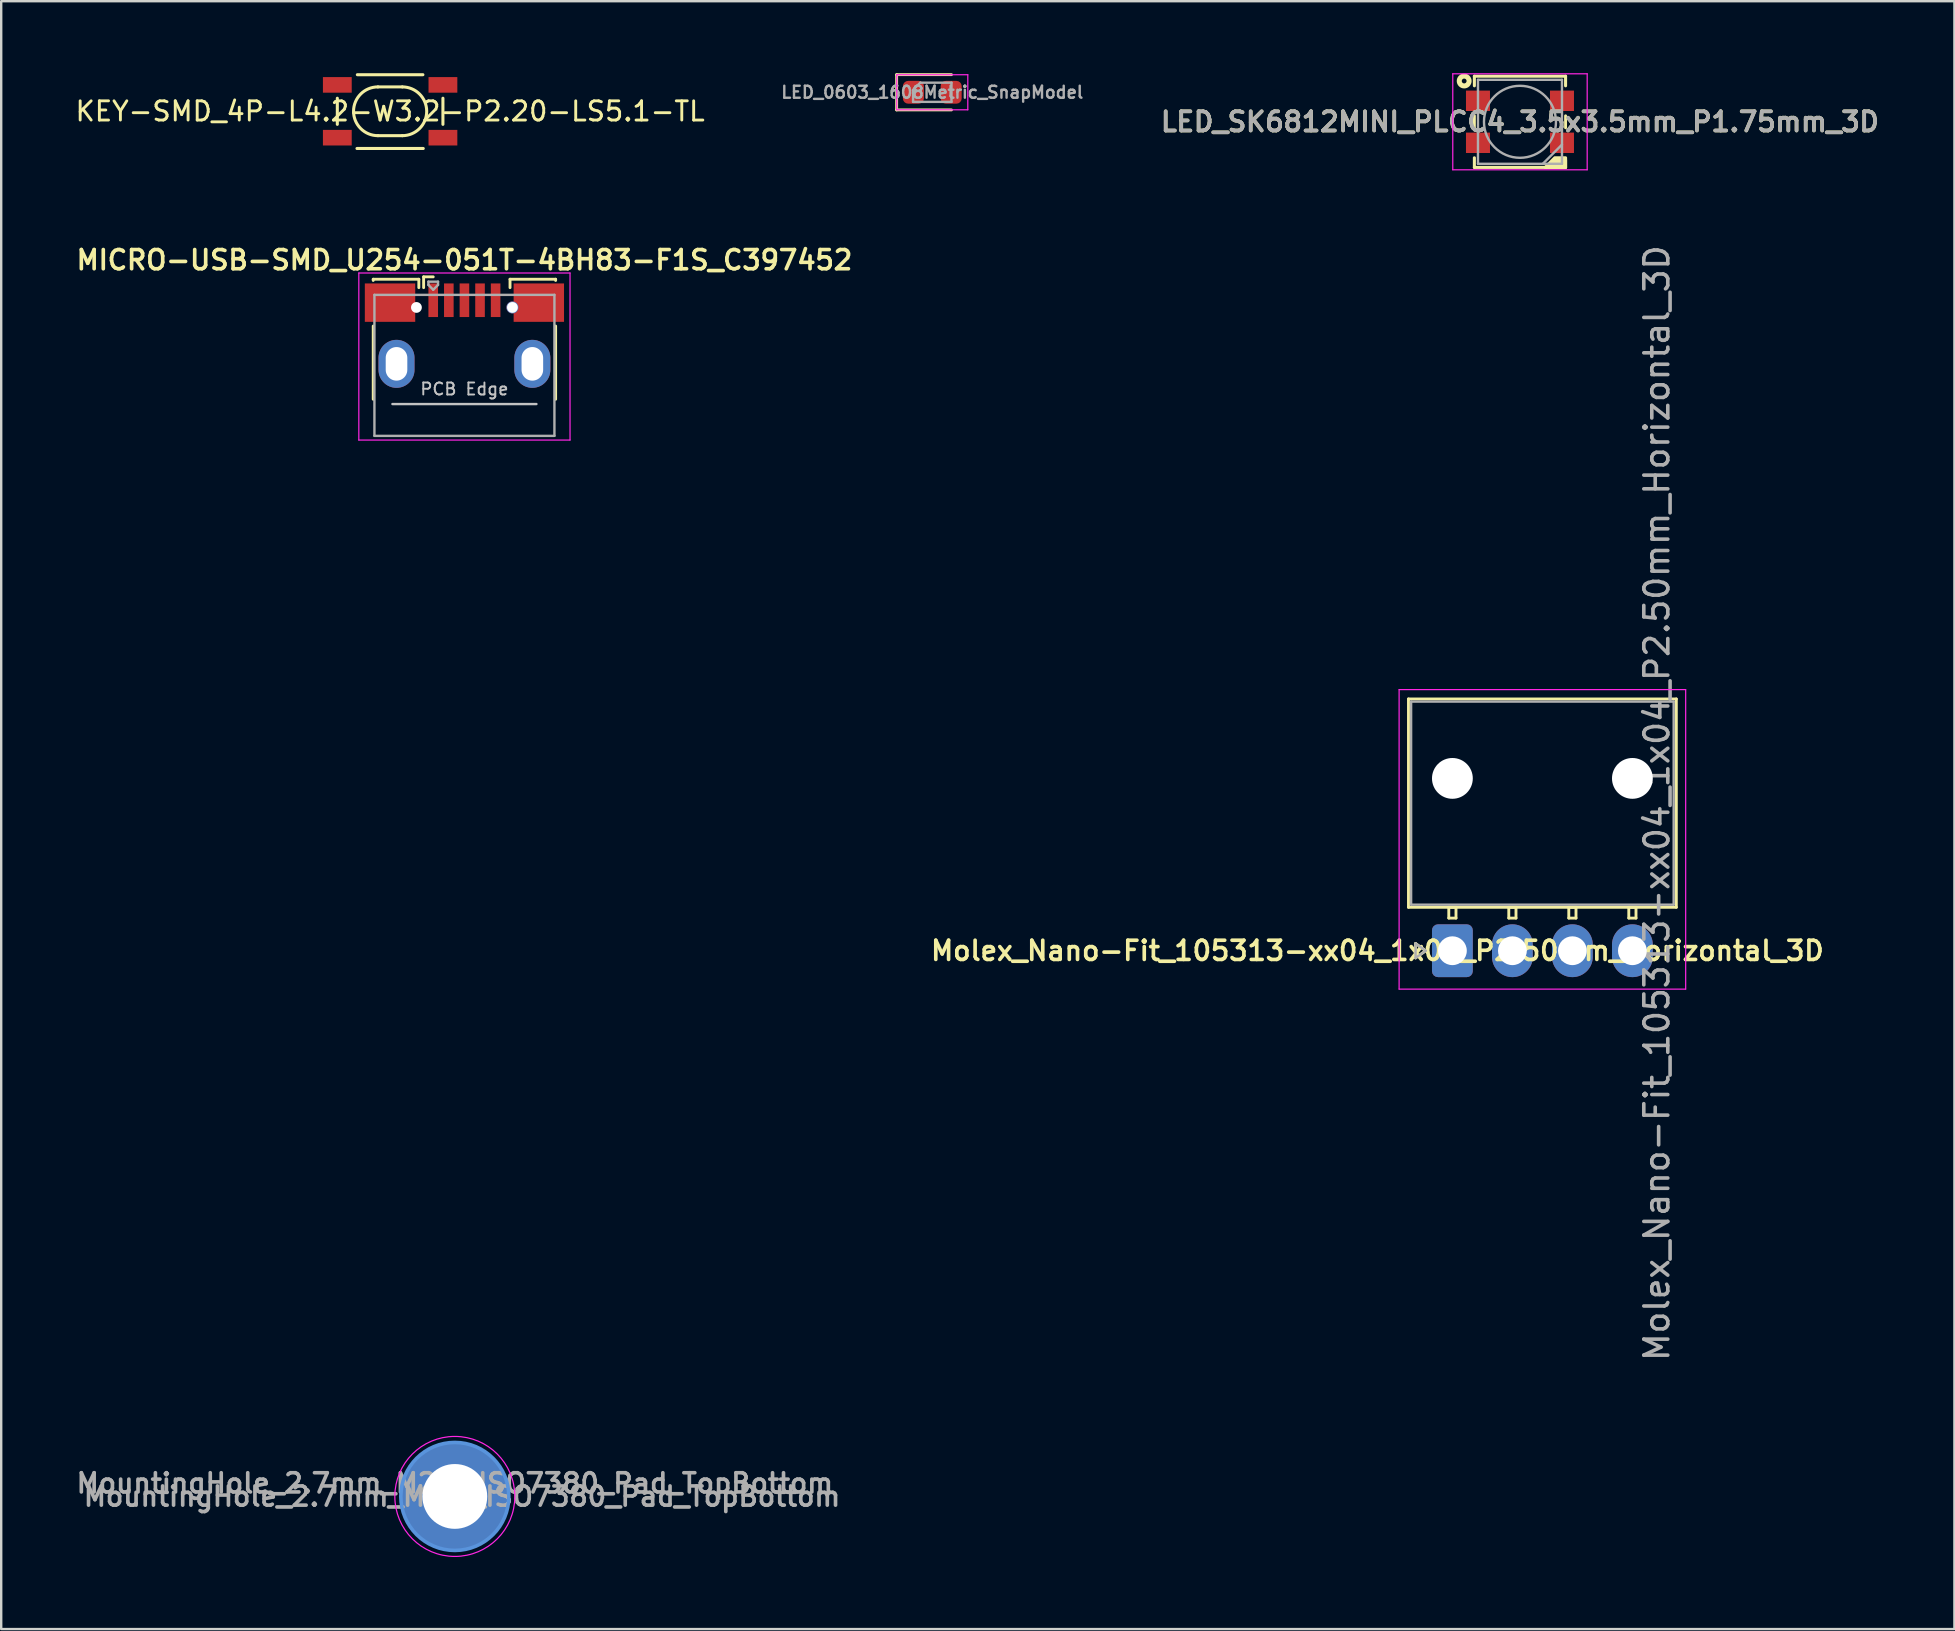
<source format=kicad_pcb>
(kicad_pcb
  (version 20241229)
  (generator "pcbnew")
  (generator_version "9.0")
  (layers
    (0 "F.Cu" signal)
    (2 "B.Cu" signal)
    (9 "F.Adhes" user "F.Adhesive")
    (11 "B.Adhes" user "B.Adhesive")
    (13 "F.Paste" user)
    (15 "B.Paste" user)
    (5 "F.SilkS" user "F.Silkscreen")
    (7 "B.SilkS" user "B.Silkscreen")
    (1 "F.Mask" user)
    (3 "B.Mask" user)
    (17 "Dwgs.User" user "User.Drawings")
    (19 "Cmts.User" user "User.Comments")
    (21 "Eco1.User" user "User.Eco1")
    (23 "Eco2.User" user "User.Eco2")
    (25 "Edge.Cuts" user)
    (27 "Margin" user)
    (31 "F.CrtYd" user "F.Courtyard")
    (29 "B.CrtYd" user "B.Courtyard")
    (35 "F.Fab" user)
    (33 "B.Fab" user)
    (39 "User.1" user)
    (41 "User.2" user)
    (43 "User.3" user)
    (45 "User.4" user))
  (footprint "MountingHole_2.7mm_M2.5_ISO7380_Pad_TopBottom"
    (layer "F.Cu")
    (at 15.901 59.301)
    (property "Reference" "MountingHole_2.7mm_M2.5_ISO7380_Pad_TopBottom" (at 0 -0.55 0) (layer "F.Fab") (effects (font (size 0.8 0.8) (thickness 0.152))))
    (attr exclude_from_pos_files exclude_from_bom)
    (fp_circle (center 0 0) (end 2.25 0) (stroke (width 0.15) (type solid)) (fill no) (layer "Cmts.User"))
    (fp_circle (center 0 0) (end 2.5 0) (stroke (width 0.05) (type solid)) (fill no) (layer "F.CrtYd"))
    (fp_text user "${REFERENCE}" (at 0.3 0 0) (layer "F.Fab") (effects (font (size 0.8 0.8) (thickness 0.152))))
    (pad "1" thru_hole circle (at 0 0) (size 3.1 3.1) (drill 2.7) (layers "*.Cu" "*.Mask"))
    (pad "1" connect circle (at 0 0) (size 4.5 4.5) (layers "F.Cu" "F.Mask"))
    (pad "1" connect circle (at 0 0) (size 4.5 4.5) (layers "B.Cu" "B.Mask")))
  (footprint "KEY-SMD_4P-L4.2-W3.2-P2.20-LS5.1-TL"
    (layer "F.Cu")
    (at 13.205 1.587)
    (property "Reference" "KEY-SMD_4P-L4.2-W3.2-P2.20-LS5.1-TL" (at 0 0 0) (layer "F.SilkS") (effects (font (size 0.8 0.8) (thickness 0.12))))
    (attr smd)
    (fp_line (start -2.2 -0.544) (end -2.2 0.544) (stroke (width 0.127) (type solid)) (layer "F.SilkS"))
    (fp_line (start -1.381 1.55) (end 1.381 1.55) (stroke (width 0.127) (type solid)) (layer "F.SilkS"))
    (fp_line (start -0.508 -1.016) (end 0.508 -1.016) (stroke (width 0.127) (type solid)) (layer "F.SilkS"))
    (fp_line (start -0.508 1.016) (end 0.508 1.016) (stroke (width 0.127) (type solid)) (layer "F.SilkS"))
    (fp_line (start 1.366 -1.524) (end -1.366 -1.524) (stroke (width 0.127) (type solid)) (layer "F.SilkS"))
    (fp_line (start 2.2 -0.544) (end 2.2 0.544) (stroke (width 0.127) (type solid)) (layer "F.SilkS"))
    (fp_arc (start -0.508 1.016) (mid -1.524 0) (end -0.508 -1.016) (stroke (width 0.127) (type solid)) (layer "F.SilkS"))
    (fp_arc (start 0.508 -1.016) (mid 1.524 0) (end 0.508 1.016) (stroke (width 0.127) (type solid)) (layer "F.SilkS"))
    (pad "1" smd rect (at -2.2 -1.1) (size 1.2 0.65) (layers "F.Cu" "F.Mask" "F.Paste"))
    (pad "1" smd rect (at 2.2 -1.1) (size 1.2 0.65) (layers "F.Cu" "F.Mask" "F.Paste"))
    (pad "2" smd rect (at -2.2 1.1) (size 1.2 0.65) (layers "F.Cu" "F.Mask" "F.Paste"))
    (pad "2" smd rect (at 2.2 1.1) (size 1.2 0.65) (layers "F.Cu" "F.Mask" "F.Paste")))
  (footprint "MICRO-USB-SMD_U254-051T-4BH83-F1S_C397452"
    (layer "F.Cu")
    (at 16.301 11.785)
    (property "Reference" "MICRO-USB-SMD_U254-051T-4BH83-F1S_C397452" (at 0 -4 0) (layer "F.SilkS") (effects (font (size 0.8 0.8) (thickness 0.152))))
    (attr smd)
    (fp_line (start -3.8 -3.2) (end -3.8 -3.15) (stroke (width 0.12) (type solid)) (layer "F.SilkS"))
    (fp_line (start -3.8 1.8) (end -3.8 -1.25) (stroke (width 0.12) (type solid)) (layer "F.SilkS"))
    (fp_line (start -1.9 -3.2) (end -3.8 -3.2) (stroke (width 0.12) (type solid)) (layer "F.SilkS"))
    (fp_line (start -1.9 -2.85) (end -1.9 -3.2) (stroke (width 0.12) (type solid)) (layer "F.SilkS"))
    (fp_line (start -1.7 -3.3) (end -1.7 -2.85) (stroke (width 0.12) (type solid)) (layer "F.SilkS"))
    (fp_line (start -1.7 -3.3) (end -1.3 -3.3) (stroke (width 0.12) (type solid)) (layer "F.SilkS"))
    (fp_line (start 1.9 -2.85) (end 1.9 -3.2) (stroke (width 0.12) (type solid)) (layer "F.SilkS"))
    (fp_line (start 3.8 -3.2) (end 1.9 -3.2) (stroke (width 0.12) (type solid)) (layer "F.SilkS"))
    (fp_line (start 3.8 -3.2) (end 3.8 -3.15) (stroke (width 0.12) (type solid)) (layer "F.SilkS"))
    (fp_line (start 3.8 1.8) (end 3.8 -1.25) (stroke (width 0.12) (type solid)) (layer "F.SilkS"))
    (fp_line (start -3 2) (end 3 2) (stroke (width 0.1) (type solid)) (layer "Dwgs.User"))
    (fp_line (start -4.4 -3.46) (end 4.4 -3.46) (stroke (width 0.05) (type solid)) (layer "F.CrtYd"))
    (fp_line (start -4.4 3.5) (end -4.4 -3.46) (stroke (width 0.05) (type solid)) (layer "F.CrtYd"))
    (fp_line (start -4.4 3.5) (end 4.4 3.5) (stroke (width 0.05) (type solid)) (layer "F.CrtYd"))
    (fp_line (start 4.4 -3.46) (end 4.4 3.5) (stroke (width 0.05) (type solid)) (layer "F.CrtYd"))
    (fp_line (start -3.75 -2.55) (end 3.75 -2.55) (stroke (width 0.1) (type solid)) (layer "F.Fab"))
    (fp_line (start -3.75 3.325) (end -3.75 -2.55) (stroke (width 0.1) (type solid)) (layer "F.Fab"))
    (fp_line (start -3.75 3.325) (end 3.75 3.325) (stroke (width 0.1) (type solid)) (layer "F.Fab"))
    (fp_line (start -1.5 -3.1) (end -1.5 -2.962) (stroke (width 0.1) (type solid)) (layer "F.Fab"))
    (fp_line (start -1.5 -3.1) (end -1.1 -3.1) (stroke (width 0.1) (type solid)) (layer "F.Fab"))
    (fp_line (start -1.3 -2.763) (end -1.5 -2.962) (stroke (width 0.1) (type solid)) (layer "F.Fab"))
    (fp_line (start -1.1 -3.1) (end -1.1 -2.962) (stroke (width 0.1) (type solid)) (layer "F.Fab"))
    (fp_line (start -1.1 -2.962) (end -1.3 -2.763) (stroke (width 0.1) (type solid)) (layer "F.Fab"))
    (fp_line (start 3.75 3.325) (end 3.75 -2.55) (stroke (width 0.1) (type solid)) (layer "F.Fab"))
    (fp_text user "PCB Edge" (at 0 1.375 0) (layer "Dwgs.User") (effects (font (size 0.5 0.5) (thickness 0.08))))
    (pad "" np_thru_hole circle (at -2 -2.025) (size 0.45 0.45) (drill 0.45) (layers "*.Cu" "*.Mask"))
    (pad "" np_thru_hole circle (at 2 -2.025) (size 0.5 0.5) (drill 0.45) (layers "*.Cu" "*.Mask"))
    (pad "1" smd rect (at -1.3 -2.325) (size 0.4 1.4) (layers "F.Cu" "F.Mask" "F.Paste"))
    (pad "2" smd rect (at -0.65 -2.325) (size 0.4 1.4) (layers "F.Cu" "F.Mask" "F.Paste"))
    (pad "3" smd rect (at 0 -2.325) (size 0.4 1.4) (layers "F.Cu" "F.Mask" "F.Paste"))
    (pad "4" smd rect (at 0.65 -2.325) (size 0.4 1.4) (layers "F.Cu" "F.Mask" "F.Paste"))
    (pad "5" smd rect (at 1.3 -2.325) (size 0.4 1.4) (layers "F.Cu" "F.Mask" "F.Paste"))
    (pad "6" smd rect (at -3.1 -2.225 90) (size 1.6 2.1) (layers "F.Cu" "F.Mask" "F.Paste"))
    (pad "6" thru_hole oval (at -2.83 0.325 180) (size 1.5 2) (drill oval 0.9 1.4) (layers "*.Cu" "*.Paste" "*.Mask"))
    (pad "6" thru_hole oval (at 2.83 0.325) (size 1.5 2) (drill oval 0.9 1.4) (layers "*.Cu" "*.Paste" "*.Mask"))
    (pad "6" smd rect (at 3.1 -2.225 90) (size 1.6 2.1) (layers "F.Cu" "F.Mask" "F.Paste")))
  (footprint "LED_SK6812MINI_PLCC4_3.5x3.5mm_P1.75mm_3D"
    (layer "F.Cu")
    (at 60.282 2.025)
    (property "Reference" "LED_SK6812MINI_PLCC4_3.5x3.5mm_P1.75mm_3D" (at 0 0 0) (layer "F.SilkS") (effects (font (size 0.8 0.8) (thickness 0.152))))
    (attr smd)
    (fp_line (start -1.9 -1.9) (end -1.9 -1.5) (stroke (width 0.127) (type solid)) (layer "F.SilkS"))
    (fp_line (start -1.9 0.25) (end -1.9 -0.25) (stroke (width 0.12) (type solid)) (layer "F.SilkS"))
    (fp_line (start -1.9 1.9) (end -1.9 1.5) (stroke (width 0.127) (type solid)) (layer "F.SilkS"))
    (fp_line (start 1.9 1.598) (end 1.9 1.9) (stroke (width 0.127) (type solid)) (layer "F.SilkS"))
    (fp_line (start 1.9 -1.9) (end -1.9 -1.9) (stroke (width 0.127) (type solid)) (layer "F.SilkS"))
    (fp_line (start 1.9 -1.5) (end 1.9 -1.9) (stroke (width 0.127) (type solid)) (layer "F.SilkS"))
    (fp_line (start 1.9 0.25) (end 1.9 -0.25) (stroke (width 0.12) (type solid)) (layer "F.SilkS"))
    (fp_line (start 1.9 1.9) (end -1.9 1.9) (stroke (width 0.127) (type solid)) (layer "F.SilkS"))
    (fp_circle (center -2.325 -1.7) (end -2.225 -1.7) (stroke (width 0.21) (type solid)) (fill no) (layer "F.SilkS"))
    (fp_poly (pts (xy 1.9 1.9) (xy 1.9 1.5) (xy 1.45 1.5) (xy 1.05 1.9) (xy 1.9 1.9)) (stroke (width 0.127) (type solid)) (fill yes) (layer "F.SilkS"))
    (fp_line (start -2.8 -2) (end -2.8 2) (stroke (width 0.05) (type solid)) (layer "F.CrtYd"))
    (fp_line (start -2.8 2) (end 2.8 2) (stroke (width 0.05) (type solid)) (layer "F.CrtYd"))
    (fp_line (start 2.8 -2) (end -2.8 -2) (stroke (width 0.05) (type solid)) (layer "F.CrtYd"))
    (fp_line (start 2.8 2) (end 2.8 -2) (stroke (width 0.05) (type solid)) (layer "F.CrtYd"))
    (fp_line (start -1.75 -1.75) (end -1.75 1.75) (stroke (width 0.1) (type solid)) (layer "F.Fab"))
    (fp_line (start -1.75 1.75) (end 1.75 1.75) (stroke (width 0.1) (type solid)) (layer "F.Fab"))
    (fp_line (start 1.75 -1.75) (end -1.75 -1.75) (stroke (width 0.1) (type solid)) (layer "F.Fab"))
    (fp_line (start 1.75 0.95) (end 0.95 1.75) (stroke (width 0.1) (type solid)) (layer "F.Fab"))
    (fp_line (start 1.75 1.75) (end 1.75 -1.75) (stroke (width 0.1) (type solid)) (layer "F.Fab"))
    (fp_circle (center 0 0) (end 0 -1.5) (stroke (width 0.1) (type solid)) (fill no) (layer "F.Fab"))
    (fp_text user "${REFERENCE}" (at 0 0 0) (layer "F.Fab") (effects (font (size 0.8 0.8) (thickness 0.152))))
    (pad "1" smd rect (at -1.75 -0.875) (size 1 0.85) (layers "F.Cu" "F.Mask" "F.Paste"))
    (pad "2" smd rect (at -1.75 0.875) (size 1 0.85) (layers "F.Cu" "F.Mask" "F.Paste"))
    (pad "3" smd rect (at 1.75 0.875) (size 1 0.85) (layers "F.Cu" "F.Mask" "F.Paste"))
    (pad "4" smd rect (at 1.75 -0.875) (size 1 0.85) (layers "F.Cu" "F.Mask" "F.Paste")))
  (footprint "Molex_Nano-Fit_105313-xx04_1x04_P2.50mm_Horizontal_3D"
    (layer "F.Cu")
    (at 61.216 36.563)
    (property "Reference" "Molex_Nano-Fit_105313-xx04_1x04_P2.50mm_Horizontal_3D" (at -6.875 0 180) (layer "F.SilkS") (effects (font (size 0.8 0.8) (thickness 0.152))))
    (attr through_hole)
    (fp_line (start -5.58 -10.49) (end -5.58 -1.81) (stroke (width 0.12) (type solid)) (layer "F.SilkS"))
    (fp_line (start -5.58 -1.81) (end 5.58 -1.81) (stroke (width 0.12) (type solid)) (layer "F.SilkS"))
    (fp_line (start -5.284 -0.3) (end -5.284 0.3) (stroke (width 0.12) (type solid)) (layer "F.SilkS"))
    (fp_line (start -5.284 0.3) (end -4.86 0) (stroke (width 0.12) (type solid)) (layer "F.SilkS"))
    (fp_line (start -4.86 0) (end -5.284 -0.3) (stroke (width 0.12) (type solid)) (layer "F.SilkS"))
    (fp_line (start -3.9 -1.81) (end -3.9 -1.36) (stroke (width 0.12) (type solid)) (layer "F.SilkS"))
    (fp_line (start -3.9 -1.36) (end -3.6 -1.36) (stroke (width 0.12) (type solid)) (layer "F.SilkS"))
    (fp_line (start -3.6 -1.81) (end -3.9 -1.81) (stroke (width 0.12) (type solid)) (layer "F.SilkS"))
    (fp_line (start -3.6 -1.36) (end -3.6 -1.81) (stroke (width 0.12) (type solid)) (layer "F.SilkS"))
    (fp_line (start -1.4 -1.81) (end -1.4 -1.36) (stroke (width 0.12) (type solid)) (layer "F.SilkS"))
    (fp_line (start -1.4 -1.36) (end -1.1 -1.36) (stroke (width 0.12) (type solid)) (layer "F.SilkS"))
    (fp_line (start -1.1 -1.81) (end -1.4 -1.81) (stroke (width 0.12) (type solid)) (layer "F.SilkS"))
    (fp_line (start -1.1 -1.36) (end -1.1 -1.81) (stroke (width 0.12) (type solid)) (layer "F.SilkS"))
    (fp_line (start 1.1 -1.81) (end 1.1 -1.36) (stroke (width 0.12) (type solid)) (layer "F.SilkS"))
    (fp_line (start 1.1 -1.36) (end 1.4 -1.36) (stroke (width 0.12) (type solid)) (layer "F.SilkS"))
    (fp_line (start 1.4 -1.81) (end 1.1 -1.81) (stroke (width 0.12) (type solid)) (layer "F.SilkS"))
    (fp_line (start 1.4 -1.36) (end 1.4 -1.81) (stroke (width 0.12) (type solid)) (layer "F.SilkS"))
    (fp_line (start 3.6 -1.81) (end 3.6 -1.36) (stroke (width 0.12) (type solid)) (layer "F.SilkS"))
    (fp_line (start 3.6 -1.36) (end 3.9 -1.36) (stroke (width 0.12) (type solid)) (layer "F.SilkS"))
    (fp_line (start 3.9 -1.81) (end 3.6 -1.81) (stroke (width 0.12) (type solid)) (layer "F.SilkS"))
    (fp_line (start 3.9 -1.36) (end 3.9 -1.81) (stroke (width 0.12) (type solid)) (layer "F.SilkS"))
    (fp_line (start 5.58 -10.49) (end -5.58 -10.49) (stroke (width 0.12) (type solid)) (layer "F.SilkS"))
    (fp_line (start 5.58 -1.81) (end 5.58 -10.49) (stroke (width 0.12) (type solid)) (layer "F.SilkS"))
    (fp_line (start -5.97 -10.88) (end -5.97 1.6) (stroke (width 0.05) (type solid)) (layer "F.CrtYd"))
    (fp_line (start -5.97 1.6) (end 5.97 1.6) (stroke (width 0.05) (type solid)) (layer "F.CrtYd"))
    (fp_line (start 5.97 -10.88) (end -5.97 -10.88) (stroke (width 0.05) (type solid)) (layer "F.CrtYd"))
    (fp_line (start 5.97 1.6) (end 5.97 -10.88) (stroke (width 0.05) (type solid)) (layer "F.CrtYd"))
    (fp_line (start -5.47 -10.38) (end -5.47 -1.92) (stroke (width 0.1) (type solid)) (layer "F.Fab"))
    (fp_line (start -5.47 -1.92) (end 5.47 -1.92) (stroke (width 0.1) (type solid)) (layer "F.Fab"))
    (fp_line (start -5.284 -0.3) (end -5.284 0.3) (stroke (width 0.1) (type solid)) (layer "F.Fab"))
    (fp_line (start -5.284 0.3) (end -4.86 0) (stroke (width 0.1) (type solid)) (layer "F.Fab"))
    (fp_line (start -4.86 0) (end -5.284 -0.3) (stroke (width 0.1) (type solid)) (layer "F.Fab"))
    (fp_line (start 5.47 -10.38) (end -5.47 -10.38) (stroke (width 0.1) (type solid)) (layer "F.Fab"))
    (fp_line (start 5.47 -1.92) (end 5.47 -10.38) (stroke (width 0.1) (type solid)) (layer "F.Fab"))
    (fp_text user "${REFERENCE}" (at 4.77 -6.15 90) (layer "F.Fab") (effects (font (size 1 1) (thickness 0.15))))
    (pad "" np_thru_hole circle (at -3.75 -7.18 90) (size 1.7 1.7) (drill 1.7) (layers "*.Cu" "*.Mask"))
    (pad "" np_thru_hole circle (at 3.75 -7.18 90) (size 1.7 1.7) (drill 1.7) (layers "*.Cu" "*.Mask"))
    (pad "1" thru_hole roundrect (at -3.75 0 90) (size 2.2 1.7) (drill 1.2) (layers "*.Cu" "*.Mask") (roundrect_rratio 0.147))
    (pad "2" thru_hole oval (at -1.25 0 90) (size 2.2 1.7) (drill 1.2) (layers "*.Cu" "*.Mask"))
    (pad "3" thru_hole oval (at 1.25 0 90) (size 2.2 1.7) (drill 1.2) (layers "*.Cu" "*.Mask"))
    (pad "4" thru_hole oval (at 3.75 0 90) (size 2.2 1.7) (drill 1.2) (layers "*.Cu" "*.Mask")))
  (footprint "LED_0603_1608Metric_SnapModel"
    (layer "F.Cu")
    (at 35.795 0.795)
    (property "Reference" "LED_0603_1608Metric_SnapModel" (at 0 0 0) (layer "F.Fab") (effects (font (size 0.5 0.5) (thickness 0.1))))
    (attr smd)
    (fp_line (start -1.485 -0.735) (end -1.485 0.735) (stroke (width 0.12) (type solid)) (layer "F.SilkS"))
    (fp_line (start -1.485 0.735) (end 0.8 0.735) (stroke (width 0.12) (type solid)) (layer "F.SilkS"))
    (fp_line (start 0.8 -0.735) (end -1.485 -0.735) (stroke (width 0.12) (type solid)) (layer "F.SilkS"))
    (fp_line (start -1.48 -0.73) (end 1.48 -0.73) (stroke (width 0.05) (type solid)) (layer "F.CrtYd"))
    (fp_line (start -1.48 0.73) (end -1.48 -0.73) (stroke (width 0.05) (type solid)) (layer "F.CrtYd"))
    (fp_line (start 1.48 -0.73) (end 1.48 0.73) (stroke (width 0.05) (type solid)) (layer "F.CrtYd"))
    (fp_line (start 1.48 0.73) (end -1.48 0.73) (stroke (width 0.05) (type solid)) (layer "F.CrtYd"))
    (fp_line (start -0.8 -0.1) (end -0.8 0.4) (stroke (width 0.1) (type solid)) (layer "F.Fab"))
    (fp_line (start -0.8 0.4) (end 0.8 0.4) (stroke (width 0.1) (type solid)) (layer "F.Fab"))
    (fp_line (start -0.5 -0.4) (end -0.8 -0.1) (stroke (width 0.1) (type solid)) (layer "F.Fab"))
    (fp_line (start 0.8 -0.4) (end -0.5 -0.4) (stroke (width 0.1) (type solid)) (layer "F.Fab"))
    (fp_line (start 0.8 0.4) (end 0.8 -0.4) (stroke (width 0.1) (type solid)) (layer "F.Fab"))
    (pad "1" smd roundrect (at -0.787 0) (size 0.875 0.95) (layers "F.Cu" "F.Mask" "F.Paste") (roundrect_rratio 0.25))
    (pad "2" smd roundrect (at 0.787 0) (size 0.875 0.95) (layers "F.Cu" "F.Mask" "F.Paste") (roundrect_rratio 0.25)))
  (gr_rect
    (start -3 -3)
    (end 78.383 64.826)
    (stroke (width 0.1) (type default))
    (fill no)
    (layer "Edge.Cuts")))
</source>
